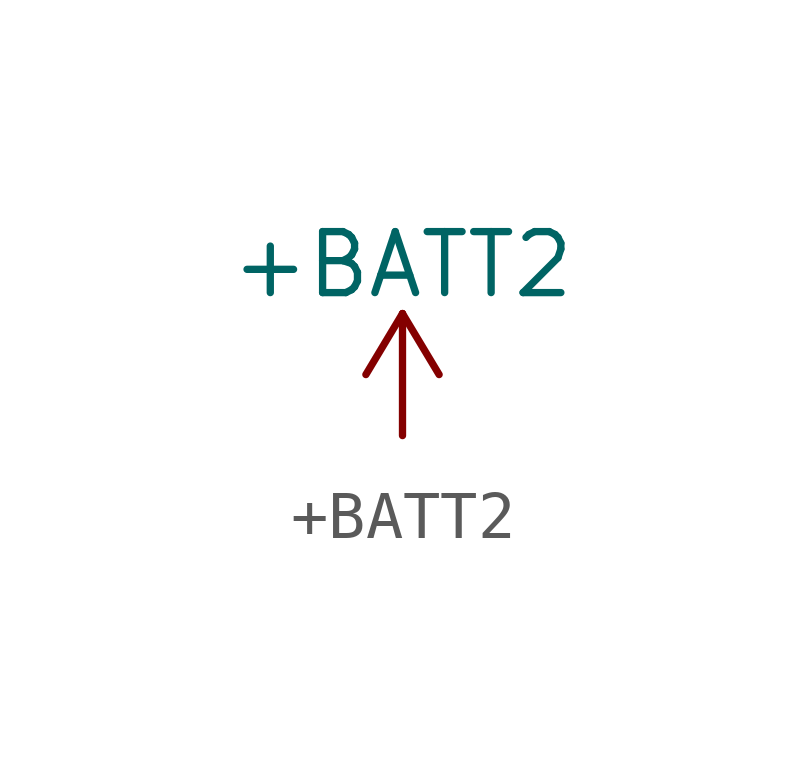
<source format=kicad_sym>
(kicad_symbol_lib
  (version 20220914)
  (generator kicad_symbol_editor)
  (symbol "+BATT2"
    (power)
    (pin_names
      (offset 0))
    (property "Reference" "#PWR"
      (at 0 -3.81 0)
      (effects (font (size 1.27 1.27)) hide))
    (property "Value" "+BATT2"
      (at 0 3.556 0)
      (effects (font (size 1.27 1.27))))
    (symbol "+BATT2_0_1"
      (polyline (pts (xy -0.762 1.27) (xy 0 2.54)) (stroke (width 0) (type default)) (fill (type none)))
      (polyline (pts (xy 0 0) (xy 0 2.54)) (stroke (width 0) (type default)) (fill (type none)))
      (polyline (pts (xy 0 2.54) (xy 0.762 1.27)) (stroke (width 0) (type default)) (fill (type none))))
    (symbol "+BATT2_1_1"
      (pin power_in line (at 0 0 90) (length 0) hide (name "+BATT2" (effects (font (size 1.27 1.27)))) (number "1" (effects (font (size 1.27 1.27))))))))
</source>
